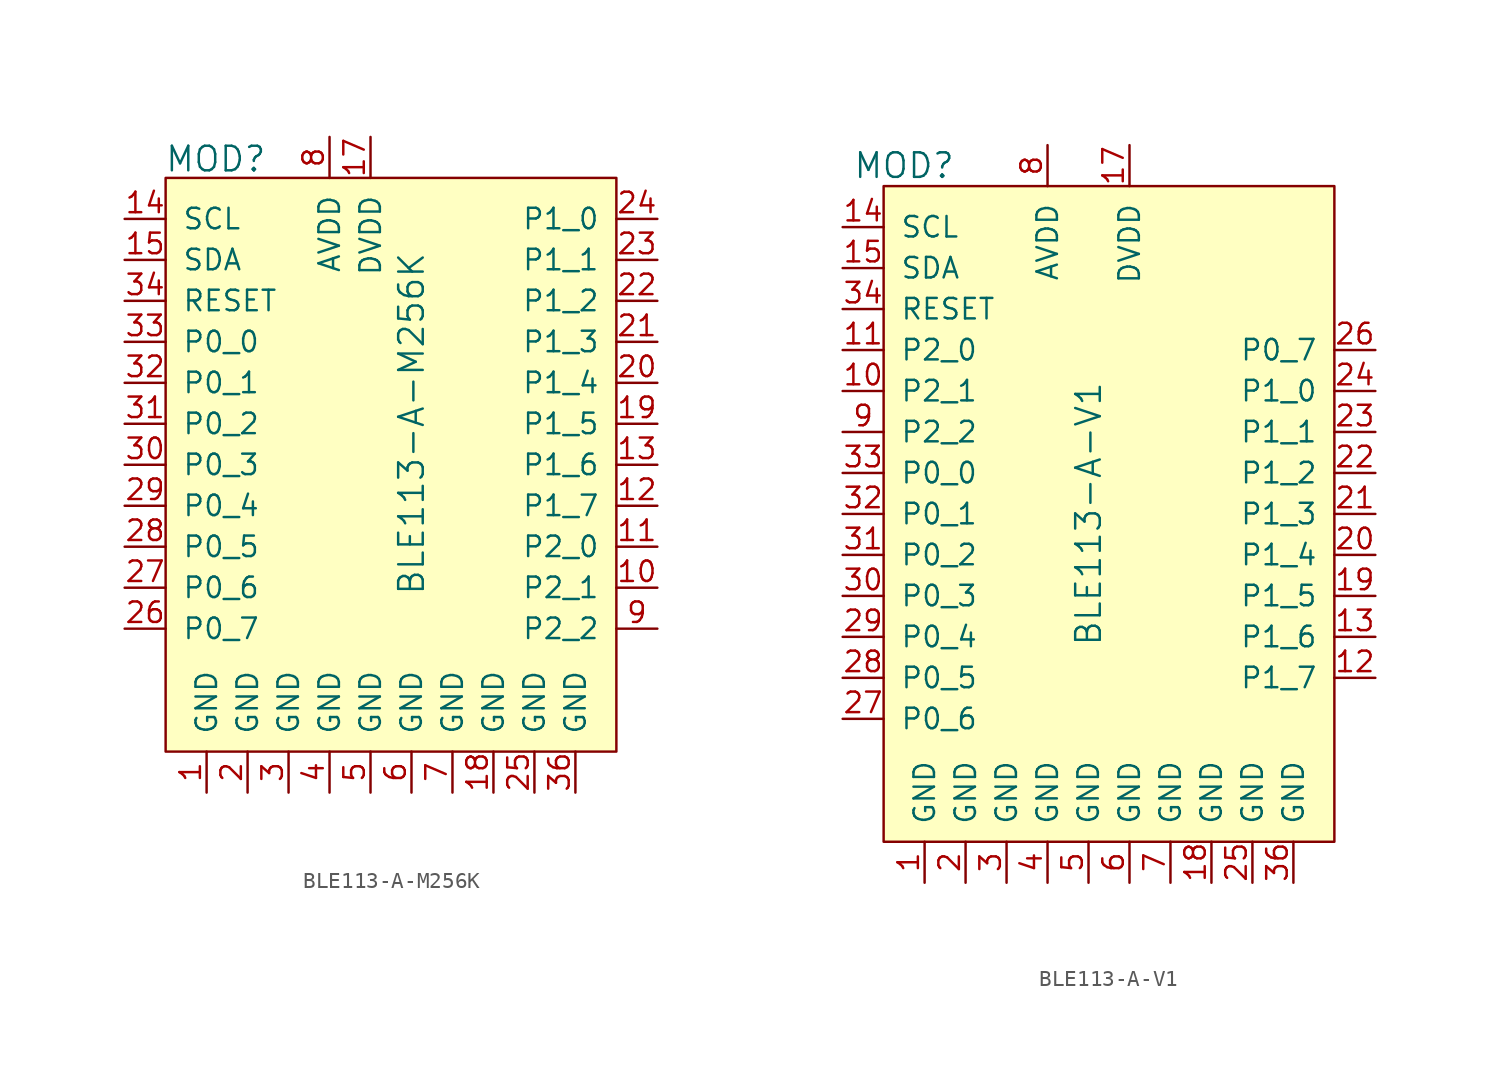
<source format=kicad_sym>
(kicad_symbol_lib
  (version 20231120)
  (generator "kicad_symbol_editor")
  (generator_version "8.0")
  (symbol "BLE113-A-M256K"
    (pin_names
      (offset 1.016))
    (property "Reference" "MOD"
      (at -22.936 16.408 0)
      (effects (font (size 1.524 1.524)) (justify left)))
    (property "Value" "BLE113-A-M256K"
      (at -7.62 0 90)
      (effects (font (size 1.524 1.524))))
    (symbol "BLE113-A-M256K_0_1"
      (rectangle (start -22.86 15.24) (end 5.08 -20.32) (stroke (width 0) (type solid)) (fill (type background))))
    (symbol "BLE113-A-M256K_1_1"
      (pin power_in line (at -20.32 -22.86 90) (length 2.54) (name "GND" (effects (font (size 1.27 1.27)))) (number "1" (effects (font (size 1.27 1.27)))))
      (pin bidirectional line (at 7.62 -10.16 180) (length 2.54) (name "P2_1" (effects (font (size 1.27 1.27)))) (number "10" (effects (font (size 1.27 1.27)))))
      (pin bidirectional line (at 7.62 -7.62 180) (length 2.54) (name "P2_0" (effects (font (size 1.27 1.27)))) (number "11" (effects (font (size 1.27 1.27)))))
      (pin bidirectional line (at 7.62 -5.08 180) (length 2.54) (name "P1_7" (effects (font (size 1.27 1.27)))) (number "12" (effects (font (size 1.27 1.27)))))
      (pin bidirectional line (at 7.62 -2.54 180) (length 2.54) (name "P1_6" (effects (font (size 1.27 1.27)))) (number "13" (effects (font (size 1.27 1.27)))))
      (pin bidirectional line (at -25.4 12.7 0) (length 2.54) (name "SCL" (effects (font (size 1.27 1.27)))) (number "14" (effects (font (size 1.27 1.27)))))
      (pin bidirectional line (at -25.4 10.16 0) (length 2.54) (name "SDA" (effects (font (size 1.27 1.27)))) (number "15" (effects (font (size 1.27 1.27)))))
      (pin no_connect line (at -22.86 -15.24 0) (length 2.54) hide (name "NC" (effects (font (size 1.27 1.27)))) (number "16" (effects (font (size 1.27 1.27)))))
      (pin power_in line (at -10.16 17.78 270) (length 2.54) (name "DVDD" (effects (font (size 1.27 1.27)))) (number "17" (effects (font (size 1.27 1.27)))))
      (pin power_in line (at -2.54 -22.86 90) (length 2.54) (name "GND" (effects (font (size 1.27 1.27)))) (number "18" (effects (font (size 1.27 1.27)))))
      (pin power_in line (at 7.62 0 180) (length 2.54) (name "P1_5" (effects (font (size 1.27 1.27)))) (number "19" (effects (font (size 1.27 1.27)))))
      (pin power_in line (at -17.78 -22.86 90) (length 2.54) (name "GND" (effects (font (size 1.27 1.27)))) (number "2" (effects (font (size 1.27 1.27)))))
      (pin power_in line (at 7.62 2.54 180) (length 2.54) (name "P1_4" (effects (font (size 1.27 1.27)))) (number "20" (effects (font (size 1.27 1.27)))))
      (pin power_in line (at 7.62 5.08 180) (length 2.54) (name "P1_3" (effects (font (size 1.27 1.27)))) (number "21" (effects (font (size 1.27 1.27)))))
      (pin power_in line (at 7.62 7.62 180) (length 2.54) (name "P1_2" (effects (font (size 1.27 1.27)))) (number "22" (effects (font (size 1.27 1.27)))))
      (pin power_in line (at 7.62 10.16 180) (length 2.54) (name "P1_1" (effects (font (size 1.27 1.27)))) (number "23" (effects (font (size 1.27 1.27)))))
      (pin power_in line (at 7.62 12.7 180) (length 2.54) (name "P1_0" (effects (font (size 1.27 1.27)))) (number "24" (effects (font (size 1.27 1.27)))))
      (pin power_in line (at 0 -22.86 90) (length 2.54) (name "GND" (effects (font (size 1.27 1.27)))) (number "25" (effects (font (size 1.27 1.27)))))
      (pin bidirectional line (at -25.4 -12.7 0) (length 2.54) (name "P0_7" (effects (font (size 1.27 1.27)))) (number "26" (effects (font (size 1.27 1.27)))))
      (pin bidirectional line (at -25.4 -10.16 0) (length 2.54) (name "P0_6" (effects (font (size 1.27 1.27)))) (number "27" (effects (font (size 1.27 1.27)))))
      (pin bidirectional line (at -25.4 -7.62 0) (length 2.54) (name "P0_5" (effects (font (size 1.27 1.27)))) (number "28" (effects (font (size 1.27 1.27)))))
      (pin bidirectional line (at -25.4 -5.08 0) (length 2.54) (name "P0_4" (effects (font (size 1.27 1.27)))) (number "29" (effects (font (size 1.27 1.27)))))
      (pin power_in line (at -15.24 -22.86 90) (length 2.54) (name "GND" (effects (font (size 1.27 1.27)))) (number "3" (effects (font (size 1.27 1.27)))))
      (pin bidirectional line (at -25.4 -2.54 0) (length 2.54) (name "P0_3" (effects (font (size 1.27 1.27)))) (number "30" (effects (font (size 1.27 1.27)))))
      (pin bidirectional line (at -25.4 0 0) (length 2.54) (name "P0_2" (effects (font (size 1.27 1.27)))) (number "31" (effects (font (size 1.27 1.27)))))
      (pin bidirectional line (at -25.4 2.54 0) (length 2.54) (name "P0_1" (effects (font (size 1.27 1.27)))) (number "32" (effects (font (size 1.27 1.27)))))
      (pin bidirectional line (at -25.4 5.08 0) (length 2.54) (name "P0_0" (effects (font (size 1.27 1.27)))) (number "33" (effects (font (size 1.27 1.27)))))
      (pin input line (at -25.4 7.62 0) (length 2.54) (name "RESET" (effects (font (size 1.27 1.27)))) (number "34" (effects (font (size 1.27 1.27)))))
      (pin no_connect line (at -22.86 -17.78 0) (length 2.54) hide (name "NC" (effects (font (size 1.27 1.27)))) (number "35" (effects (font (size 1.27 1.27)))))
      (pin power_in line (at 2.54 -22.86 90) (length 2.54) (name "GND" (effects (font (size 1.27 1.27)))) (number "36" (effects (font (size 1.27 1.27)))))
      (pin power_in line (at -12.7 -22.86 90) (length 2.54) (name "GND" (effects (font (size 1.27 1.27)))) (number "4" (effects (font (size 1.27 1.27)))))
      (pin power_in line (at -10.16 -22.86 90) (length 2.54) (name "GND" (effects (font (size 1.27 1.27)))) (number "5" (effects (font (size 1.27 1.27)))))
      (pin power_in line (at -7.62 -22.86 90) (length 2.54) (name "GND" (effects (font (size 1.27 1.27)))) (number "6" (effects (font (size 1.27 1.27)))))
      (pin power_in line (at -5.08 -22.86 90) (length 2.54) (name "GND" (effects (font (size 1.27 1.27)))) (number "7" (effects (font (size 1.27 1.27)))))
      (pin power_in line (at -12.7 17.78 270) (length 2.54) (name "AVDD" (effects (font (size 1.27 1.27)))) (number "8" (effects (font (size 1.27 1.27)))))
      (pin bidirectional line (at 7.62 -12.7 180) (length 2.54) (name "P2_2" (effects (font (size 1.27 1.27)))) (number "9" (effects (font (size 1.27 1.27)))))))
  (symbol "BLE113-A-V1"
    (pin_names
      (offset 1.016))
    (property "Reference" "MOD"
      (at -11.43 21.59 0)
      (effects (font (size 1.524 1.524))))
    (property "Value" "BLE113-A-V1"
      (at 0 0 90)
      (effects (font (size 1.524 1.524))))
    (symbol "BLE113-A-V1_0_1"
      (rectangle (start -12.7 20.32) (end 15.24 -20.32) (stroke (width 0) (type solid)) (fill (type background))))
    (symbol "BLE113-A-V1_1_1"
      (pin power_in line (at -10.16 -22.86 90) (length 2.54) (name "GND" (effects (font (size 1.27 1.27)))) (number "1" (effects (font (size 1.27 1.27)))))
      (pin bidirectional line (at -15.24 7.62 0) (length 2.54) (name "P2_1" (effects (font (size 1.27 1.27)))) (number "10" (effects (font (size 1.27 1.27)))))
      (pin bidirectional line (at -15.24 10.16 0) (length 2.54) (name "P2_0" (effects (font (size 1.27 1.27)))) (number "11" (effects (font (size 1.27 1.27)))))
      (pin bidirectional line (at 17.78 -10.16 180) (length 2.54) (name "P1_7" (effects (font (size 1.27 1.27)))) (number "12" (effects (font (size 1.27 1.27)))))
      (pin bidirectional line (at 17.78 -7.62 180) (length 2.54) (name "P1_6" (effects (font (size 1.27 1.27)))) (number "13" (effects (font (size 1.27 1.27)))))
      (pin bidirectional line (at -15.24 17.78 0) (length 2.54) (name "SCL" (effects (font (size 1.27 1.27)))) (number "14" (effects (font (size 1.27 1.27)))))
      (pin bidirectional line (at -15.24 15.24 0) (length 2.54) (name "SDA" (effects (font (size 1.27 1.27)))) (number "15" (effects (font (size 1.27 1.27)))))
      (pin no_connect line (at 15.24 17.78 180) (length 2.54) hide (name "NC" (effects (font (size 1.27 1.27)))) (number "16" (effects (font (size 1.27 1.27)))))
      (pin power_in line (at 2.54 22.86 270) (length 2.54) (name "DVDD" (effects (font (size 1.27 1.27)))) (number "17" (effects (font (size 1.27 1.27)))))
      (pin power_in line (at 7.62 -22.86 90) (length 2.54) (name "GND" (effects (font (size 1.27 1.27)))) (number "18" (effects (font (size 1.27 1.27)))))
      (pin power_in line (at 17.78 -5.08 180) (length 2.54) (name "P1_5" (effects (font (size 1.27 1.27)))) (number "19" (effects (font (size 1.27 1.27)))))
      (pin power_in line (at -7.62 -22.86 90) (length 2.54) (name "GND" (effects (font (size 1.27 1.27)))) (number "2" (effects (font (size 1.27 1.27)))))
      (pin power_in line (at 17.78 -2.54 180) (length 2.54) (name "P1_4" (effects (font (size 1.27 1.27)))) (number "20" (effects (font (size 1.27 1.27)))))
      (pin power_in line (at 17.78 0 180) (length 2.54) (name "P1_3" (effects (font (size 1.27 1.27)))) (number "21" (effects (font (size 1.27 1.27)))))
      (pin power_in line (at 17.78 2.54 180) (length 2.54) (name "P1_2" (effects (font (size 1.27 1.27)))) (number "22" (effects (font (size 1.27 1.27)))))
      (pin power_in line (at 17.78 5.08 180) (length 2.54) (name "P1_1" (effects (font (size 1.27 1.27)))) (number "23" (effects (font (size 1.27 1.27)))))
      (pin power_in line (at 17.78 7.62 180) (length 2.54) (name "P1_0" (effects (font (size 1.27 1.27)))) (number "24" (effects (font (size 1.27 1.27)))))
      (pin power_in line (at 10.16 -22.86 90) (length 2.54) (name "GND" (effects (font (size 1.27 1.27)))) (number "25" (effects (font (size 1.27 1.27)))))
      (pin bidirectional line (at 17.78 10.16 180) (length 2.54) (name "P0_7" (effects (font (size 1.27 1.27)))) (number "26" (effects (font (size 1.27 1.27)))))
      (pin bidirectional line (at -15.24 -12.7 0) (length 2.54) (name "P0_6" (effects (font (size 1.27 1.27)))) (number "27" (effects (font (size 1.27 1.27)))))
      (pin bidirectional line (at -15.24 -10.16 0) (length 2.54) (name "P0_5" (effects (font (size 1.27 1.27)))) (number "28" (effects (font (size 1.27 1.27)))))
      (pin bidirectional line (at -15.24 -7.62 0) (length 2.54) (name "P0_4" (effects (font (size 1.27 1.27)))) (number "29" (effects (font (size 1.27 1.27)))))
      (pin power_in line (at -5.08 -22.86 90) (length 2.54) (name "GND" (effects (font (size 1.27 1.27)))) (number "3" (effects (font (size 1.27 1.27)))))
      (pin bidirectional line (at -15.24 -5.08 0) (length 2.54) (name "P0_3" (effects (font (size 1.27 1.27)))) (number "30" (effects (font (size 1.27 1.27)))))
      (pin bidirectional line (at -15.24 -2.54 0) (length 2.54) (name "P0_2" (effects (font (size 1.27 1.27)))) (number "31" (effects (font (size 1.27 1.27)))))
      (pin bidirectional line (at -15.24 0 0) (length 2.54) (name "P0_1" (effects (font (size 1.27 1.27)))) (number "32" (effects (font (size 1.27 1.27)))))
      (pin bidirectional line (at -15.24 2.54 0) (length 2.54) (name "P0_0" (effects (font (size 1.27 1.27)))) (number "33" (effects (font (size 1.27 1.27)))))
      (pin input line (at -15.24 12.7 0) (length 2.54) (name "RESET" (effects (font (size 1.27 1.27)))) (number "34" (effects (font (size 1.27 1.27)))))
      (pin no_connect line (at 15.24 15.24 180) (length 2.54) hide (name "NC" (effects (font (size 1.27 1.27)))) (number "35" (effects (font (size 1.27 1.27)))))
      (pin power_in line (at 12.7 -22.86 90) (length 2.54) (name "GND" (effects (font (size 1.27 1.27)))) (number "36" (effects (font (size 1.27 1.27)))))
      (pin power_in line (at -2.54 -22.86 90) (length 2.54) (name "GND" (effects (font (size 1.27 1.27)))) (number "4" (effects (font (size 1.27 1.27)))))
      (pin power_in line (at 0 -22.86 90) (length 2.54) (name "GND" (effects (font (size 1.27 1.27)))) (number "5" (effects (font (size 1.27 1.27)))))
      (pin power_in line (at 2.54 -22.86 90) (length 2.54) (name "GND" (effects (font (size 1.27 1.27)))) (number "6" (effects (font (size 1.27 1.27)))))
      (pin power_in line (at 5.08 -22.86 90) (length 2.54) (name "GND" (effects (font (size 1.27 1.27)))) (number "7" (effects (font (size 1.27 1.27)))))
      (pin power_in line (at -2.54 22.86 270) (length 2.54) (name "AVDD" (effects (font (size 1.27 1.27)))) (number "8" (effects (font (size 1.27 1.27)))))
      (pin bidirectional line (at -15.24 5.08 0) (length 2.54) (name "P2_2" (effects (font (size 1.27 1.27)))) (number "9" (effects (font (size 1.27 1.27))))))))
</source>
